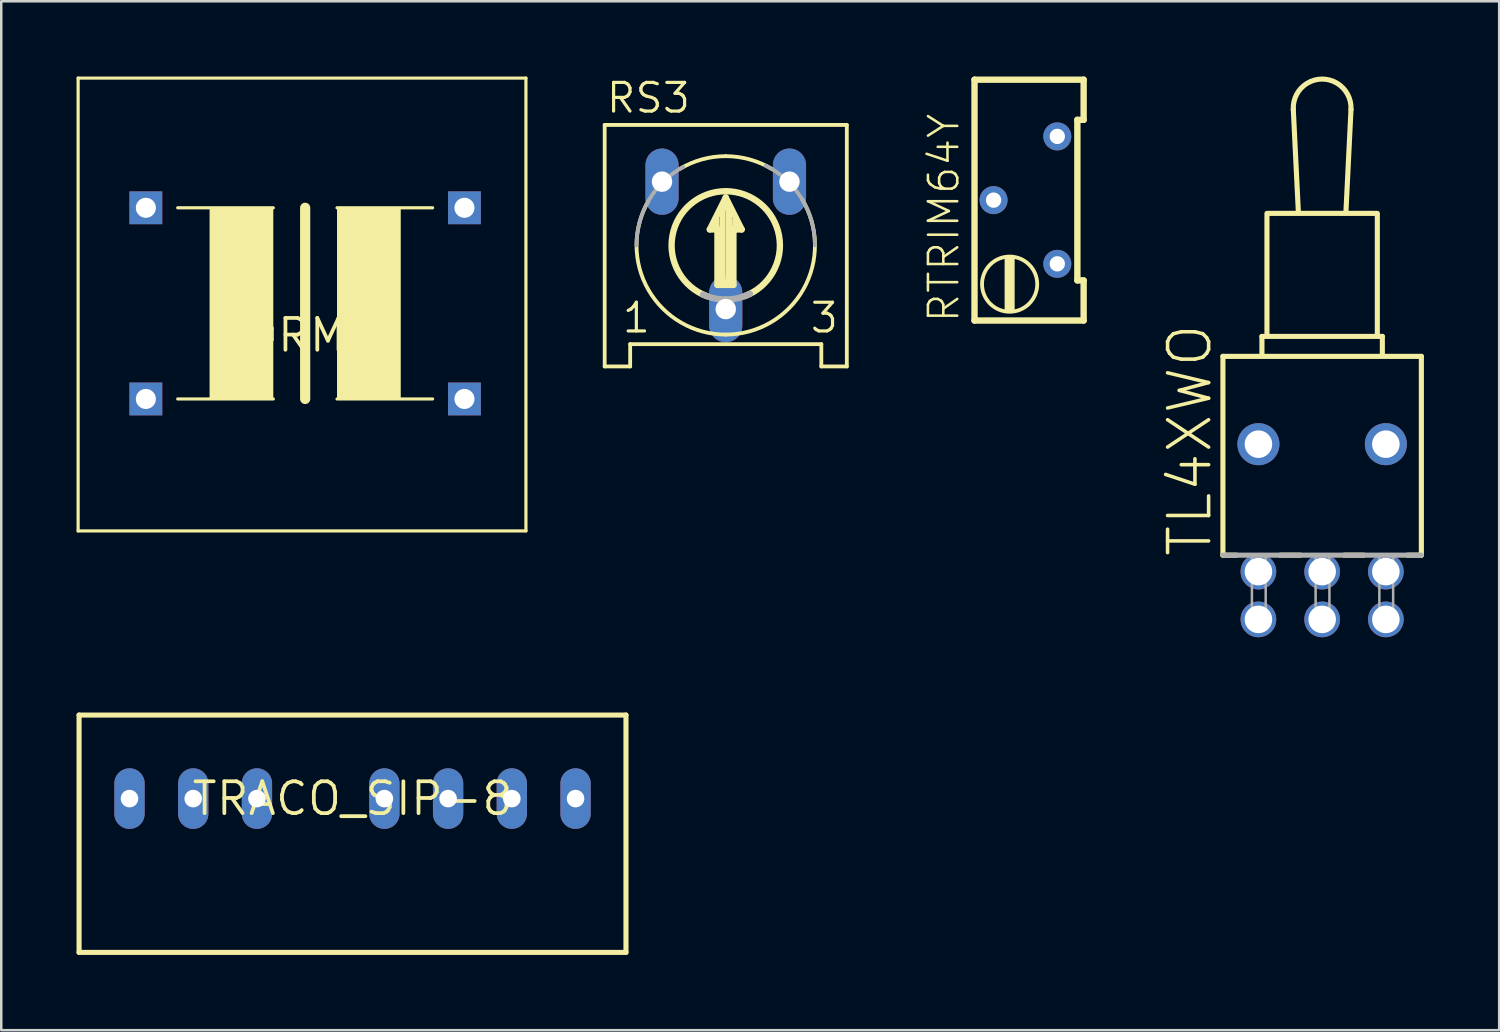
<source format=kicad_pcb>
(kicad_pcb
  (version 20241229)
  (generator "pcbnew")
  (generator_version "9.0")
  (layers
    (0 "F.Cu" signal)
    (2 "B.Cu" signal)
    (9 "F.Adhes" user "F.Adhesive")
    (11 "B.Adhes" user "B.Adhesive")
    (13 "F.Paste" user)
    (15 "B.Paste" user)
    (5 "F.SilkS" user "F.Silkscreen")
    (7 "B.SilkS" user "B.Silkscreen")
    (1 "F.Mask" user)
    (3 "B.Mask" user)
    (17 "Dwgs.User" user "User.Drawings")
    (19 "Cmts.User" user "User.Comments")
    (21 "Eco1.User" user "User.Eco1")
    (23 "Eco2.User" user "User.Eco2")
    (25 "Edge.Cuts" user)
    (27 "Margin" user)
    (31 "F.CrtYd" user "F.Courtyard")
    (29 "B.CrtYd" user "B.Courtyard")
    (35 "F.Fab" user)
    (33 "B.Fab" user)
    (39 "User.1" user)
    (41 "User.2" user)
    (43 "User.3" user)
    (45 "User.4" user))
  (footprint "RTRIM64Y"
    (layer "F.Cu")
    (at 39.095 4.927)
    (property "Reference" "RTRIM64Y" (at -3.84 4.95 90) (layer "F.SilkS") (effects (font (size 1.168 1.168) (thickness 0.102)) (justify left bottom)))
    (fp_line (start -3.3 -4.8) (end 1.05 -4.8) (stroke (width 0.254) (type solid)) (layer "F.SilkS"))
    (fp_line (start -3.3 4.8) (end -3.3 -4.8) (stroke (width 0.254) (type solid)) (layer "F.SilkS"))
    (fp_line (start 0.8 -3.2) (end 0.8 3.2) (stroke (width 0.254) (type solid)) (layer "F.SilkS"))
    (fp_line (start 0.8 3.2) (end 1.05 3.2) (stroke (width 0.254) (type solid)) (layer "F.SilkS"))
    (fp_line (start 1.05 -4.8) (end 1.05 -3.2) (stroke (width 0.254) (type solid)) (layer "F.SilkS"))
    (fp_line (start 1.05 -3.2) (end 0.8 -3.2) (stroke (width 0.254) (type solid)) (layer "F.SilkS"))
    (fp_line (start 1.05 3.2) (end 1.05 4.8) (stroke (width 0.254) (type solid)) (layer "F.SilkS"))
    (fp_line (start 1.05 4.8) (end -3.3 4.8) (stroke (width 0.254) (type solid)) (layer "F.SilkS"))
    (fp_circle (center -1.9 3.35) (end -0.8 3.35) (stroke (width 0.152) (type solid)) (fill no) (layer "F.SilkS"))
    (fp_poly (pts (xy -2.1 4.4) (xy -1.7 4.4) (xy -1.7 2.3) (xy -2.1 2.3)) (stroke (width 0) (type solid)) (fill yes) (layer "F.SilkS"))
    (pad "1" thru_hole circle (at 0 2.54) (size 1.118 1.118) (drill 0.61) (layers "*.Cu" "*.Mask"))
    (pad "2" thru_hole circle (at -2.54 0) (size 1.118 1.118) (drill 0.61) (layers "*.Cu" "*.Mask"))
    (pad "3" thru_hole circle (at 0 -2.54) (size 1.118 1.118) (drill 0.61) (layers "*.Cu" "*.Mask")))
  (footprint "TL4XWO"
    (layer "F.Cu")
    (at 49.652 14.655)
    (property "Reference" "TL4XWO" (at -4.318 4.572 90) (layer "F.SilkS") (effects (font (size 1.636 1.636) (thickness 0.142)) (justify left bottom)))
    (fp_line (start -3.955 -3.5) (end 3.955 -3.5) (stroke (width 0.203) (type solid)) (layer "F.SilkS"))
    (fp_line (start -3.955 4.425) (end -3.955 -3.5) (stroke (width 0.203) (type solid)) (layer "F.SilkS"))
    (fp_line (start -3.411 4.425) (end -3.955 4.425) (stroke (width 0.203) (type solid)) (layer "F.SilkS"))
    (fp_line (start -2.4 -4.295) (end 2.4 -4.295) (stroke (width 0.203) (type solid)) (layer "F.SilkS"))
    (fp_line (start -2.4 -3.62) (end -2.4 -4.295) (stroke (width 0.203) (type solid)) (layer "F.SilkS"))
    (fp_line (start -2.2 -4.37) (end -2.2 -9.195) (stroke (width 0.203) (type solid)) (layer "F.SilkS"))
    (fp_line (start -2.18 -9.2) (end 2.18 -9.2) (stroke (width 0.203) (type solid)) (layer "F.SilkS"))
    (fp_line (start -1.15 -13.345) (end -0.95 -9.295) (stroke (width 0.203) (type solid)) (layer "F.SilkS"))
    (fp_line (start -0.871 4.425) (end -1.669 4.425) (stroke (width 0.203) (type solid)) (layer "F.SilkS"))
    (fp_line (start 0.95 -9.295) (end 1.15 -13.345) (stroke (width 0.203) (type solid)) (layer "F.SilkS"))
    (fp_line (start 1.669 4.425) (end 0.871 4.425) (stroke (width 0.203) (type solid)) (layer "F.SilkS"))
    (fp_line (start 2.2 -4.345) (end 2.2 -9.195) (stroke (width 0.203) (type solid)) (layer "F.SilkS"))
    (fp_line (start 2.4 -4.295) (end 2.4 -3.595) (stroke (width 0.203) (type solid)) (layer "F.SilkS"))
    (fp_line (start 3.955 -3.5) (end 3.955 4.425) (stroke (width 0.203) (type solid)) (layer "F.SilkS"))
    (fp_line (start 3.955 4.425) (end 3.411 4.425) (stroke (width 0.203) (type solid)) (layer "F.SilkS"))
    (fp_arc (start -1.15 -13.345) (mid 0 -14.553202) (end 1.15 -13.345) (stroke (width 0.2032) (type solid)) (layer "F.SilkS"))
    (fp_line (start 3.955 4.425) (end -3.955 4.425) (stroke (width 0.203) (type solid)) (layer "F.Fab"))
    (fp_poly (pts (xy -2.8 7.3) (xy -2.25 7.3) (xy -2.25 4.405) (xy -2.8 4.405)) (stroke (width 0.1) (type solid)) (fill no) (layer "F.Fab"))
    (fp_poly (pts (xy -0.26 7.3) (xy 0.29 7.3) (xy 0.29 4.405) (xy -0.26 4.405)) (stroke (width 0.1) (type solid)) (fill no) (layer "F.Fab"))
    (fp_poly (pts (xy 2.28 7.3) (xy 2.83 7.3) (xy 2.83 4.405) (xy 2.28 4.405)) (stroke (width 0.1) (type solid)) (fill no) (layer "F.Fab"))
    (pad "1" thru_hole circle (at -2.54 5.08 90) (size 1.422 1.422) (drill 1.1) (layers "*.Cu" "*.Mask"))
    (pad "2" thru_hole circle (at 0 5.08 90) (size 1.422 1.422) (drill 1.1) (layers "*.Cu" "*.Mask"))
    (pad "3" thru_hole circle (at 2.54 5.08 90) (size 1.422 1.422) (drill 1.1) (layers "*.Cu" "*.Mask"))
    (pad "4" thru_hole circle (at -2.54 6.985 90) (size 1.422 1.422) (drill 1.1) (layers "*.Cu" "*.Mask"))
    (pad "5" thru_hole circle (at 0 6.985 90) (size 1.422 1.422) (drill 1.1) (layers "*.Cu" "*.Mask"))
    (pad "6" thru_hole circle (at 2.54 6.985 90) (size 1.422 1.422) (drill 1.1) (layers "*.Cu" "*.Mask"))
    (pad "M1" thru_hole circle (at -2.54 0 90) (size 1.676 1.676) (drill 1.1) (layers "*.Cu" "*.Mask"))
    (pad "M2" thru_hole circle (at 2.54 0 90) (size 1.676 1.676) (drill 1.1) (layers "*.Cu" "*.Mask")))
  (footprint "NORMAL"
    (layer "F.Cu")
    (at 9.114 10.313)
    (property "Reference" "NORMAL" (at 0 0 0) (layer "F.SilkS") (effects (font (size 1.27 1.27) (thickness 0.15))))
    (fp_line (start -9.05 -10.25) (end 8.8 -10.25) (stroke (width 0.127) (type solid)) (layer "F.SilkS"))
    (fp_line (start -9.05 7.8) (end -9.05 -10.25) (stroke (width 0.127) (type solid)) (layer "F.SilkS"))
    (fp_line (start -1.27 -5.08) (end -5.08 -5.08) (stroke (width 0.127) (type solid)) (layer "F.SilkS"))
    (fp_line (start -1.27 2.54) (end -5.08 2.54) (stroke (width 0.127) (type solid)) (layer "F.SilkS"))
    (fp_line (start 0 2.54) (end 0 -5.08) (stroke (width 0.406) (type solid)) (layer "F.SilkS"))
    (fp_line (start 1.27 -5.08) (end 5.08 -5.08) (stroke (width 0.127) (type solid)) (layer "F.SilkS"))
    (fp_line (start 1.27 2.54) (end 5.08 2.54) (stroke (width 0.127) (type solid)) (layer "F.SilkS"))
    (fp_line (start 8.8 -10.25) (end 8.8 7.8) (stroke (width 0.127) (type solid)) (layer "F.SilkS"))
    (fp_line (start 8.8 7.8) (end -9.05 7.8) (stroke (width 0.127) (type solid)) (layer "F.SilkS"))
    (fp_poly (pts (xy -3.81 -5.08) (xy -3.81 2.54) (xy -1.27 2.54) (xy -1.27 -5.08)) (stroke (width 0) (type solid)) (fill yes) (layer "F.SilkS"))
    (fp_poly (pts (xy 3.81 2.54) (xy 3.81 -5.08) (xy 1.27 -5.08) (xy 1.27 2.54)) (stroke (width 0) (type solid)) (fill yes) (layer "F.SilkS"))
    (pad "P$1" thru_hole rect (at -6.35 -5.08 90) (size 1.308 1.308) (drill 0.8) (layers "*.Cu" "*.Mask"))
    (pad "P$2" thru_hole rect (at -6.35 2.54 90) (size 1.308 1.308) (drill 0.8) (layers "*.Cu" "*.Mask"))
    (pad "P$3" thru_hole rect (at 6.35 -5.08 90) (size 1.308 1.308) (drill 0.8) (layers "*.Cu" "*.Mask"))
    (pad "P$4" thru_hole rect (at 6.35 2.54 90) (size 1.308 1.308) (drill 0.8) (layers "*.Cu" "*.Mask")))
  (footprint "RS3"
    (layer "F.Cu")
    (at 25.879 6.731)
    (property "Reference" "RS3" (at -4.826 -5.207 0) (layer "F.SilkS") (effects (font (size 1.143 1.143) (thickness 0.127)) (justify left bottom)))
    (fp_line (start -4.826 -4.801) (end -4.826 4.826) (stroke (width 0.152) (type solid)) (layer "F.SilkS"))
    (fp_line (start -4.826 4.826) (end -3.81 4.826) (stroke (width 0.152) (type solid)) (layer "F.SilkS"))
    (fp_line (start -3.81 3.937) (end -3.81 4.826) (stroke (width 0.152) (type solid)) (layer "F.SilkS"))
    (fp_line (start -0.635 -0.635) (end -0.381 -0.635) (stroke (width 0.254) (type solid)) (layer "F.SilkS"))
    (fp_line (start -0.381 -1.016) (end -0.381 -0.635) (stroke (width 0.254) (type solid)) (layer "F.SilkS"))
    (fp_line (start -0.381 -0.635) (end -0.33 -0.635) (stroke (width 0.254) (type solid)) (layer "F.SilkS"))
    (fp_line (start -0.33 -0.635) (end -0.33 1.575) (stroke (width 0.254) (type solid)) (layer "F.SilkS"))
    (fp_line (start -0.33 -0.635) (end -0.254 -0.635) (stroke (width 0.254) (type solid)) (layer "F.SilkS"))
    (fp_line (start -0.33 1.575) (end 0.305 1.575) (stroke (width 0.254) (type solid)) (layer "F.SilkS"))
    (fp_line (start -0.127 -1.524) (end -0.127 1.524) (stroke (width 0.254) (type solid)) (layer "F.SilkS"))
    (fp_line (start -0.127 -1.524) (end 0.127 -1.524) (stroke (width 0.254) (type solid)) (layer "F.SilkS"))
    (fp_line (start 0 -1.905) (end -0.635 -0.635) (stroke (width 0.254) (type solid)) (layer "F.SilkS"))
    (fp_line (start 0 1.524) (end -0.127 1.524) (stroke (width 0.254) (type solid)) (layer "F.SilkS"))
    (fp_line (start 0.127 -1.524) (end 0.127 1.524) (stroke (width 0.254) (type solid)) (layer "F.SilkS"))
    (fp_line (start 0.254 -0.635) (end 0.305 -0.635) (stroke (width 0.254) (type solid)) (layer "F.SilkS"))
    (fp_line (start 0.305 -0.635) (end 0.381 -0.635) (stroke (width 0.254) (type solid)) (layer "F.SilkS"))
    (fp_line (start 0.305 1.575) (end 0.305 -0.635) (stroke (width 0.254) (type solid)) (layer "F.SilkS"))
    (fp_line (start 0.381 -1.016) (end 0.381 -0.635) (stroke (width 0.254) (type solid)) (layer "F.SilkS"))
    (fp_line (start 0.381 -0.635) (end 0.635 -0.635) (stroke (width 0.254) (type solid)) (layer "F.SilkS"))
    (fp_line (start 0.635 -0.635) (end 0 -1.905) (stroke (width 0.254) (type solid)) (layer "F.SilkS"))
    (fp_line (start 3.81 3.937) (end -3.81 3.937) (stroke (width 0.152) (type solid)) (layer "F.SilkS"))
    (fp_line (start 3.81 3.937) (end 3.81 4.826) (stroke (width 0.152) (type solid)) (layer "F.SilkS"))
    (fp_line (start 4.826 -4.801) (end -4.826 -4.801) (stroke (width 0.152) (type solid)) (layer "F.SilkS"))
    (fp_line (start 4.826 4.826) (end 3.81 4.826) (stroke (width 0.152) (type solid)) (layer "F.SilkS"))
    (fp_line (start 4.826 4.826) (end 4.826 -4.801) (stroke (width 0.152) (type solid)) (layer "F.SilkS"))
    (fp_arc (start -1.8295 -3.0492) (mid -0.949195 -3.426942) (end 0 -3.556) (stroke (width 0.1524) (type solid)) (layer "F.SilkS"))
    (fp_arc (start -0.7581 2.0215) (mid -2.124341 -0.385244) (end 0 -2.158999) (stroke (width 0.254) (type solid)) (layer "F.SilkS"))
    (fp_arc (start -0.000001 3.555901) (mid -3.075598 1.784785) (end -3.0875 -1.7643) (stroke (width 0.1524) (type solid)) (layer "F.SilkS"))
    (fp_arc (start 0 -3.556) (mid 0.963148 -3.423101) (end 1.8543 -3.0343) (stroke (width 0.1524) (type solid)) (layer "F.SilkS"))
    (fp_arc (start 0 -2.159) (mid 2.124341 -0.385244) (end 0.7581 2.021501) (stroke (width 0.254) (type solid)) (layer "F.SilkS"))
    (fp_arc (start 3.0493 -1.8295) (mid 3.094424 1.752065) (end 0 3.556) (stroke (width 0.1524) (type solid)) (layer "F.SilkS"))
    (fp_arc (start -3.556 0) (mid -3.055168 -1.819695) (end -1.693699 -3.1268) (stroke (width 0.1524) (type solid)) (layer "F.Fab"))
    (fp_arc (start 0 2.159) (mid -0.463131 2.108739) (end -0.9047 1.9603) (stroke (width 0.254) (type solid)) (layer "F.Fab"))
    (fp_arc (start 0.9655 1.9311) (mid 0.496017 2.101256) (end 0 2.159) (stroke (width 0.254) (type solid)) (layer "F.Fab"))
    (fp_arc (start 1.5903 -3.1806) (mid 3.024922 -1.869508) (end 3.556 0) (stroke (width 0.1524) (type solid)) (layer "F.Fab"))
    (fp_text user "1" (at -4.191 3.556 0) (layer "F.SilkS") (effects (font (size 1.143 1.143) (thickness 0.127)) (justify left bottom)))
    (fp_text user "3" (at 3.302 3.556 0) (layer "F.SilkS") (effects (font (size 1.143 1.143) (thickness 0.127)) (justify left bottom)))
    (pad "A" thru_hole oval (at -2.54 -2.54 90) (size 2.642 1.321) (drill 0.813) (layers "*.Cu" "*.Mask"))
    (pad "E" thru_hole oval (at 2.54 -2.54 90) (size 2.642 1.321) (drill 0.813) (layers "*.Cu" "*.Mask"))
    (pad "S" thru_hole oval (at 0 2.54 90) (size 2.642 1.321) (drill 0.813) (layers "*.Cu" "*.Mask")))
  (footprint "TRACO_SIP-8"
    (layer "F.Cu")
    (at 11.002 28.783)
    (property "Reference" "TRACO_SIP-8" (at 0 0 0) (layer "F.SilkS") (effects (font (size 1.27 1.27) (thickness 0.15))))
    (fp_line (start -10.9 -3.33) (end -10.9 6.13) (stroke (width 0.203) (type solid)) (layer "F.SilkS"))
    (fp_line (start -10.9 6.13) (end 10.9 6.13) (stroke (width 0.203) (type solid)) (layer "F.SilkS"))
    (fp_line (start 10.9 -3.33) (end -10.9 -3.33) (stroke (width 0.203) (type solid)) (layer "F.SilkS"))
    (fp_line (start 10.9 6.13) (end 10.9 -3.33) (stroke (width 0.203) (type solid)) (layer "F.SilkS"))
    (pad "1" thru_hole oval (at -8.89 0 90) (size 2.416 1.208) (drill 0.7) (layers "*.Cu" "*.Mask"))
    (pad "2" thru_hole oval (at -6.35 0 90) (size 2.416 1.208) (drill 0.7) (layers "*.Cu" "*.Mask"))
    (pad "3" thru_hole oval (at -3.81 0 90) (size 2.416 1.208) (drill 0.7) (layers "*.Cu" "*.Mask"))
    (pad "5" thru_hole oval (at 1.27 0 90) (size 2.416 1.208) (drill 0.7) (layers "*.Cu" "*.Mask"))
    (pad "6" thru_hole oval (at 3.81 0 90) (size 2.416 1.208) (drill 0.7) (layers "*.Cu" "*.Mask"))
    (pad "7" thru_hole oval (at 6.35 0 90) (size 2.416 1.208) (drill 0.7) (layers "*.Cu" "*.Mask"))
    (pad "8" thru_hole oval (at 8.89 0 90) (size 2.416 1.208) (drill 0.7) (layers "*.Cu" "*.Mask")))
  (gr_rect
    (start -3 -3)
    (end 56.709 38.014)
    (stroke (width 0.1) (type default))
    (fill no)
    (layer "Edge.Cuts")))
</source>
